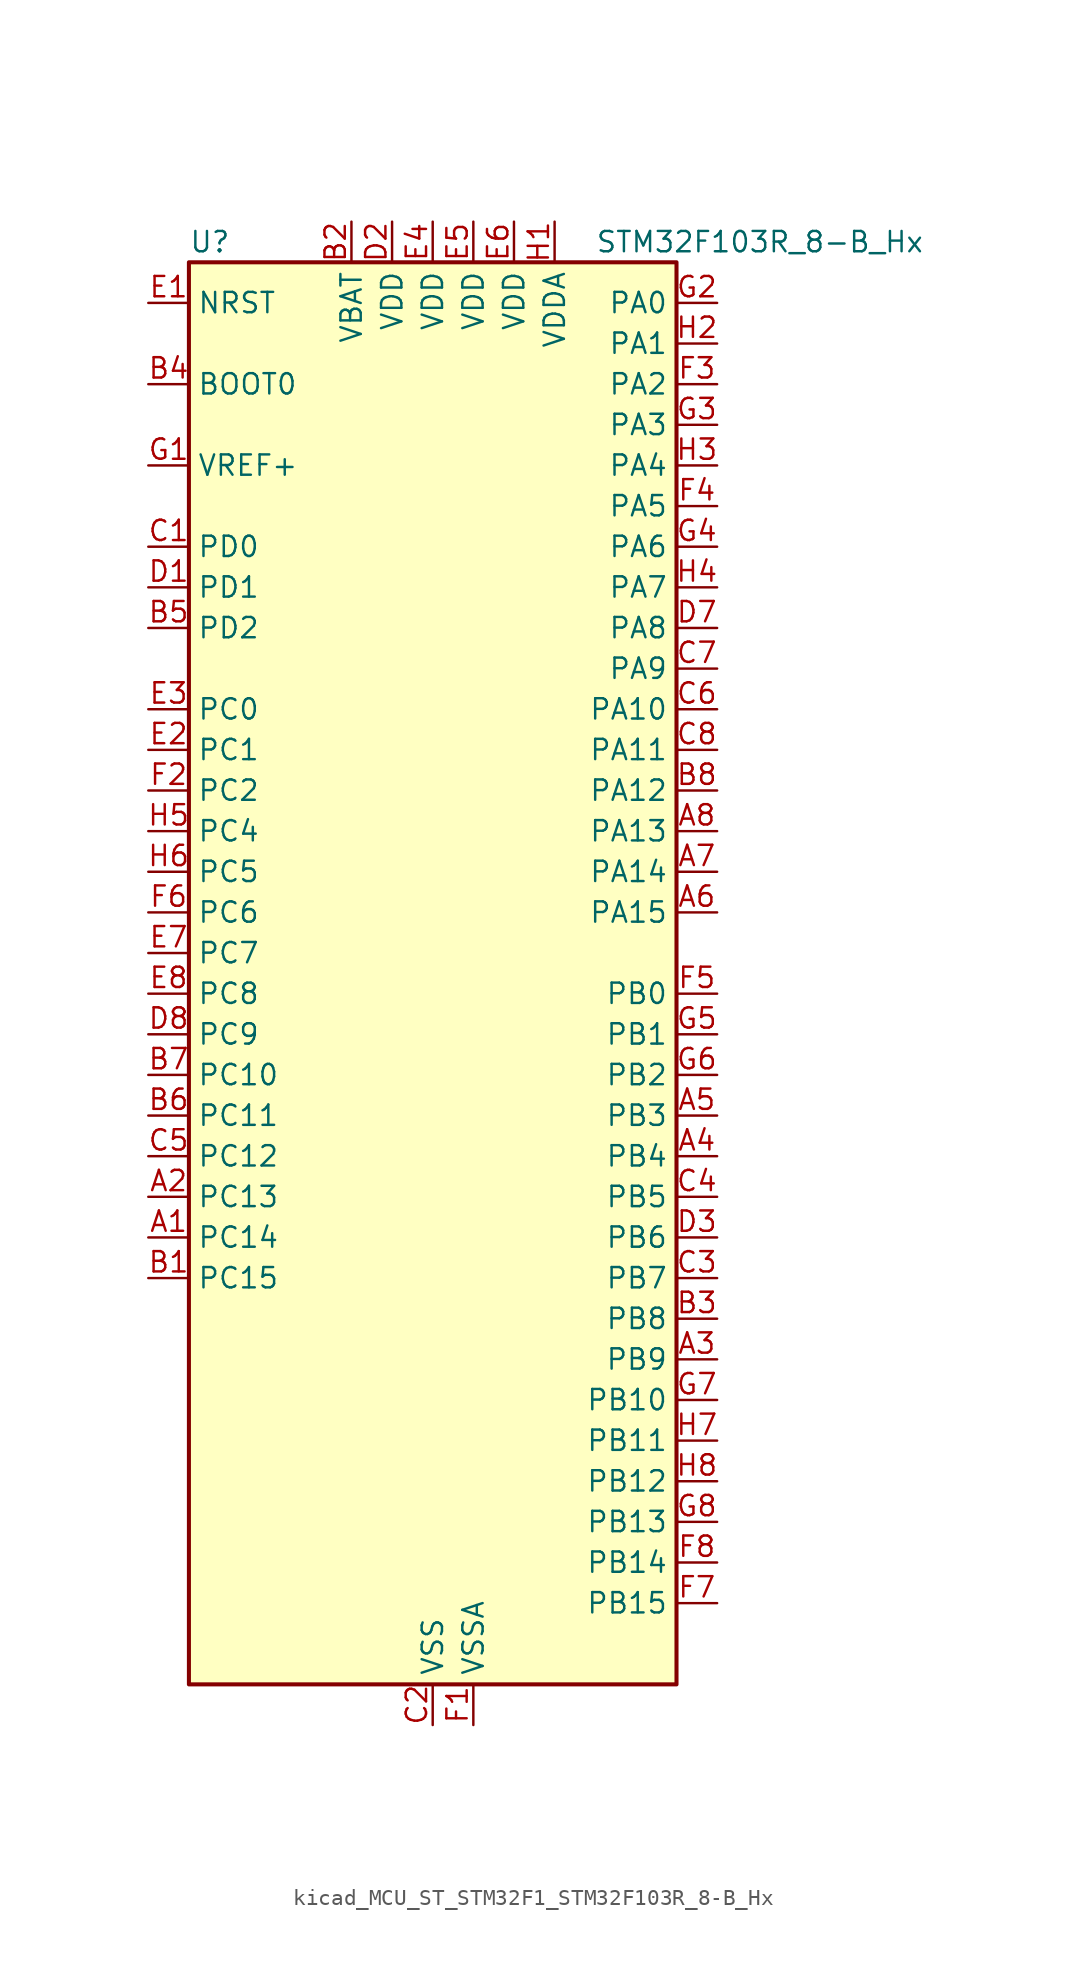
<source format=kicad_sym>
(kicad_symbol_lib
  (version 20220914)
  (generator kicad_symbol_editor)
  (symbol "kicad_MCU_ST_STM32F1_STM32F103R_8-B_Hx"
    (property "Reference" "U"
      (at -15.24 46.99 0)
      (effects (font (size 1.27 1.27)) (justify left)))
    (property "Value" "STM32F103R_8-B_Hx"
      (at 10.16 46.99 0)
      (effects (font (size 1.27 1.27)) (justify left)))
    (property "ki_locked" ""
      (at 0 0 0)
      (effects (font (size 1.27 1.27))))
    (symbol "kicad_MCU_ST_STM32F1_STM32F103R_8-B_Hx_0_1"
      (rectangle (start -15.24 -43.18) (end 15.24 45.72) (stroke (width 0.254) (type default)) (fill (type background))))
    (symbol "kicad_MCU_ST_STM32F1_STM32F103R_8-B_Hx_1_1"
      (pin bidirectional line (at -17.78 -15.24 0) (length 2.54) (name "PC14" (effects (font (size 1.27 1.27)))) (number "A1" (effects (font (size 1.27 1.27)))) (alternate "RCC_OSC32_IN" bidirectional line))
      (pin bidirectional line (at -17.78 -12.7 0) (length 2.54) (name "PC13" (effects (font (size 1.27 1.27)))) (number "A2" (effects (font (size 1.27 1.27)))) (alternate "RTC_OUT" bidirectional line) (alternate "RTC_TAMPER" bidirectional line))
      (pin bidirectional line (at 17.78 -22.86 180) (length 2.54) (name "PB9" (effects (font (size 1.27 1.27)))) (number "A3" (effects (font (size 1.27 1.27)))) (alternate "CAN_TX" bidirectional line) (alternate "I2C1_SDA" bidirectional line) (alternate "TIM4_CH4" bidirectional line))
      (pin bidirectional line (at 17.78 -10.16 180) (length 2.54) (name "PB4" (effects (font (size 1.27 1.27)))) (number "A4" (effects (font (size 1.27 1.27)))) (alternate "SPI1_MISO" bidirectional line) (alternate "SYS_NJTRST" bidirectional line) (alternate "TIM3_CH1" bidirectional line))
      (pin bidirectional line (at 17.78 -7.62 180) (length 2.54) (name "PB3" (effects (font (size 1.27 1.27)))) (number "A5" (effects (font (size 1.27 1.27)))) (alternate "SPI1_SCK" bidirectional line) (alternate "SYS_JTDO-TRACESWO" bidirectional line) (alternate "TIM2_CH2" bidirectional line))
      (pin bidirectional line (at 17.78 5.08 180) (length 2.54) (name "PA15" (effects (font (size 1.27 1.27)))) (number "A6" (effects (font (size 1.27 1.27)))) (alternate "ADC1_EXTI15" bidirectional line) (alternate "ADC2_EXTI15" bidirectional line) (alternate "SPI1_NSS" bidirectional line) (alternate "SYS_JTDI" bidirectional line) (alternate "TIM2_CH1" bidirectional line) (alternate "TIM2_ETR" bidirectional line))
      (pin bidirectional line (at 17.78 7.62 180) (length 2.54) (name "PA14" (effects (font (size 1.27 1.27)))) (number "A7" (effects (font (size 1.27 1.27)))) (alternate "SYS_JTCK-SWCLK" bidirectional line))
      (pin bidirectional line (at 17.78 10.16 180) (length 2.54) (name "PA13" (effects (font (size 1.27 1.27)))) (number "A8" (effects (font (size 1.27 1.27)))) (alternate "SYS_JTMS-SWDIO" bidirectional line))
      (pin bidirectional line (at -17.78 -17.78 0) (length 2.54) (name "PC15" (effects (font (size 1.27 1.27)))) (number "B1" (effects (font (size 1.27 1.27)))) (alternate "ADC1_EXTI15" bidirectional line) (alternate "ADC2_EXTI15" bidirectional line) (alternate "RCC_OSC32_OUT" bidirectional line))
      (pin power_in line (at -5.08 48.26 270) (length 2.54) (name "VBAT" (effects (font (size 1.27 1.27)))) (number "B2" (effects (font (size 1.27 1.27)))))
      (pin bidirectional line (at 17.78 -20.32 180) (length 2.54) (name "PB8" (effects (font (size 1.27 1.27)))) (number "B3" (effects (font (size 1.27 1.27)))) (alternate "CAN_RX" bidirectional line) (alternate "I2C1_SCL" bidirectional line) (alternate "TIM4_CH3" bidirectional line))
      (pin input line (at -17.78 38.1 0) (length 2.54) (name "BOOT0" (effects (font (size 1.27 1.27)))) (number "B4" (effects (font (size 1.27 1.27)))))
      (pin bidirectional line (at -17.78 22.86 0) (length 2.54) (name "PD2" (effects (font (size 1.27 1.27)))) (number "B5" (effects (font (size 1.27 1.27)))) (alternate "TIM3_ETR" bidirectional line))
      (pin bidirectional line (at -17.78 -7.62 0) (length 2.54) (name "PC11" (effects (font (size 1.27 1.27)))) (number "B6" (effects (font (size 1.27 1.27)))) (alternate "ADC1_EXTI11" bidirectional line) (alternate "ADC2_EXTI11" bidirectional line) (alternate "USART3_RX" bidirectional line))
      (pin bidirectional line (at -17.78 -5.08 0) (length 2.54) (name "PC10" (effects (font (size 1.27 1.27)))) (number "B7" (effects (font (size 1.27 1.27)))) (alternate "USART3_TX" bidirectional line))
      (pin bidirectional line (at 17.78 12.7 180) (length 2.54) (name "PA12" (effects (font (size 1.27 1.27)))) (number "B8" (effects (font (size 1.27 1.27)))) (alternate "CAN_TX" bidirectional line) (alternate "TIM1_ETR" bidirectional line) (alternate "USART1_RTS" bidirectional line) (alternate "USB_DP" bidirectional line))
      (pin bidirectional line (at -17.78 27.94 0) (length 2.54) (name "PD0" (effects (font (size 1.27 1.27)))) (number "C1" (effects (font (size 1.27 1.27)))) (alternate "RCC_OSC_IN" bidirectional line))
      (pin power_in line (at 0 -45.72 90) (length 2.54) (name "VSS" (effects (font (size 1.27 1.27)))) (number "C2" (effects (font (size 1.27 1.27)))))
      (pin bidirectional line (at 17.78 -17.78 180) (length 2.54) (name "PB7" (effects (font (size 1.27 1.27)))) (number "C3" (effects (font (size 1.27 1.27)))) (alternate "I2C1_SDA" bidirectional line) (alternate "TIM4_CH2" bidirectional line) (alternate "USART1_RX" bidirectional line))
      (pin bidirectional line (at 17.78 -12.7 180) (length 2.54) (name "PB5" (effects (font (size 1.27 1.27)))) (number "C4" (effects (font (size 1.27 1.27)))) (alternate "I2C1_SMBA" bidirectional line) (alternate "SPI1_MOSI" bidirectional line) (alternate "TIM3_CH2" bidirectional line))
      (pin bidirectional line (at -17.78 -10.16 0) (length 2.54) (name "PC12" (effects (font (size 1.27 1.27)))) (number "C5" (effects (font (size 1.27 1.27)))) (alternate "USART3_CK" bidirectional line))
      (pin bidirectional line (at 17.78 17.78 180) (length 2.54) (name "PA10" (effects (font (size 1.27 1.27)))) (number "C6" (effects (font (size 1.27 1.27)))) (alternate "TIM1_CH3" bidirectional line) (alternate "USART1_RX" bidirectional line))
      (pin bidirectional line (at 17.78 20.32 180) (length 2.54) (name "PA9" (effects (font (size 1.27 1.27)))) (number "C7" (effects (font (size 1.27 1.27)))) (alternate "TIM1_CH2" bidirectional line) (alternate "USART1_TX" bidirectional line))
      (pin bidirectional line (at 17.78 15.24 180) (length 2.54) (name "PA11" (effects (font (size 1.27 1.27)))) (number "C8" (effects (font (size 1.27 1.27)))) (alternate "ADC1_EXTI11" bidirectional line) (alternate "ADC2_EXTI11" bidirectional line) (alternate "CAN_RX" bidirectional line) (alternate "TIM1_CH4" bidirectional line) (alternate "USART1_CTS" bidirectional line) (alternate "USB_DM" bidirectional line))
      (pin bidirectional line (at -17.78 25.4 0) (length 2.54) (name "PD1" (effects (font (size 1.27 1.27)))) (number "D1" (effects (font (size 1.27 1.27)))) (alternate "RCC_OSC_OUT" bidirectional line))
      (pin power_in line (at -2.54 48.26 270) (length 2.54) (name "VDD" (effects (font (size 1.27 1.27)))) (number "D2" (effects (font (size 1.27 1.27)))))
      (pin bidirectional line (at 17.78 -15.24 180) (length 2.54) (name "PB6" (effects (font (size 1.27 1.27)))) (number "D3" (effects (font (size 1.27 1.27)))) (alternate "I2C1_SCL" bidirectional line) (alternate "TIM4_CH1" bidirectional line) (alternate "USART1_TX" bidirectional line))
      (pin passive line (at 0 -45.72 90) (length 2.54) hide (name "VSS" (effects (font (size 1.27 1.27)))) (number "D4" (effects (font (size 1.27 1.27)))))
      (pin passive line (at 0 -45.72 90) (length 2.54) hide (name "VSS" (effects (font (size 1.27 1.27)))) (number "D5" (effects (font (size 1.27 1.27)))))
      (pin passive line (at 0 -45.72 90) (length 2.54) hide (name "VSS" (effects (font (size 1.27 1.27)))) (number "D6" (effects (font (size 1.27 1.27)))))
      (pin bidirectional line (at 17.78 22.86 180) (length 2.54) (name "PA8" (effects (font (size 1.27 1.27)))) (number "D7" (effects (font (size 1.27 1.27)))) (alternate "RCC_MCO" bidirectional line) (alternate "TIM1_CH1" bidirectional line) (alternate "USART1_CK" bidirectional line))
      (pin bidirectional line (at -17.78 -2.54 0) (length 2.54) (name "PC9" (effects (font (size 1.27 1.27)))) (number "D8" (effects (font (size 1.27 1.27)))) (alternate "TIM3_CH4" bidirectional line))
      (pin input line (at -17.78 43.18 0) (length 2.54) (name "NRST" (effects (font (size 1.27 1.27)))) (number "E1" (effects (font (size 1.27 1.27)))))
      (pin bidirectional line (at -17.78 15.24 0) (length 2.54) (name "PC1" (effects (font (size 1.27 1.27)))) (number "E2" (effects (font (size 1.27 1.27)))) (alternate "ADC1_IN11" bidirectional line) (alternate "ADC2_IN11" bidirectional line))
      (pin bidirectional line (at -17.78 17.78 0) (length 2.54) (name "PC0" (effects (font (size 1.27 1.27)))) (number "E3" (effects (font (size 1.27 1.27)))) (alternate "ADC1_IN10" bidirectional line) (alternate "ADC2_IN10" bidirectional line))
      (pin power_in line (at 0 48.26 270) (length 2.54) (name "VDD" (effects (font (size 1.27 1.27)))) (number "E4" (effects (font (size 1.27 1.27)))))
      (pin power_in line (at 2.54 48.26 270) (length 2.54) (name "VDD" (effects (font (size 1.27 1.27)))) (number "E5" (effects (font (size 1.27 1.27)))))
      (pin power_in line (at 5.08 48.26 270) (length 2.54) (name "VDD" (effects (font (size 1.27 1.27)))) (number "E6" (effects (font (size 1.27 1.27)))))
      (pin bidirectional line (at -17.78 2.54 0) (length 2.54) (name "PC7" (effects (font (size 1.27 1.27)))) (number "E7" (effects (font (size 1.27 1.27)))) (alternate "TIM3_CH2" bidirectional line))
      (pin bidirectional line (at -17.78 0 0) (length 2.54) (name "PC8" (effects (font (size 1.27 1.27)))) (number "E8" (effects (font (size 1.27 1.27)))) (alternate "TIM3_CH3" bidirectional line))
      (pin power_in line (at 2.54 -45.72 90) (length 2.54) (name "VSSA" (effects (font (size 1.27 1.27)))) (number "F1" (effects (font (size 1.27 1.27)))))
      (pin bidirectional line (at -17.78 12.7 0) (length 2.54) (name "PC2" (effects (font (size 1.27 1.27)))) (number "F2" (effects (font (size 1.27 1.27)))) (alternate "ADC1_IN12" bidirectional line) (alternate "ADC2_IN12" bidirectional line))
      (pin bidirectional line (at 17.78 38.1 180) (length 2.54) (name "PA2" (effects (font (size 1.27 1.27)))) (number "F3" (effects (font (size 1.27 1.27)))) (alternate "ADC1_IN2" bidirectional line) (alternate "ADC2_IN2" bidirectional line) (alternate "TIM2_CH3" bidirectional line) (alternate "USART2_TX" bidirectional line))
      (pin bidirectional line (at 17.78 30.48 180) (length 2.54) (name "PA5" (effects (font (size 1.27 1.27)))) (number "F4" (effects (font (size 1.27 1.27)))) (alternate "ADC1_IN5" bidirectional line) (alternate "ADC2_IN5" bidirectional line) (alternate "SPI1_SCK" bidirectional line))
      (pin bidirectional line (at 17.78 0 180) (length 2.54) (name "PB0" (effects (font (size 1.27 1.27)))) (number "F5" (effects (font (size 1.27 1.27)))) (alternate "ADC1_IN8" bidirectional line) (alternate "ADC2_IN8" bidirectional line) (alternate "TIM1_CH2N" bidirectional line) (alternate "TIM3_CH3" bidirectional line))
      (pin bidirectional line (at -17.78 5.08 0) (length 2.54) (name "PC6" (effects (font (size 1.27 1.27)))) (number "F6" (effects (font (size 1.27 1.27)))) (alternate "TIM3_CH1" bidirectional line))
      (pin bidirectional line (at 17.78 -38.1 180) (length 2.54) (name "PB15" (effects (font (size 1.27 1.27)))) (number "F7" (effects (font (size 1.27 1.27)))) (alternate "ADC1_EXTI15" bidirectional line) (alternate "ADC2_EXTI15" bidirectional line) (alternate "SPI2_MOSI" bidirectional line) (alternate "TIM1_CH3N" bidirectional line))
      (pin bidirectional line (at 17.78 -35.56 180) (length 2.54) (name "PB14" (effects (font (size 1.27 1.27)))) (number "F8" (effects (font (size 1.27 1.27)))) (alternate "SPI2_MISO" bidirectional line) (alternate "TIM1_CH2N" bidirectional line) (alternate "USART3_RTS" bidirectional line))
      (pin input line (at -17.78 33.02 0) (length 2.54) (name "VREF+" (effects (font (size 1.27 1.27)))) (number "G1" (effects (font (size 1.27 1.27)))))
      (pin bidirectional line (at 17.78 43.18 180) (length 2.54) (name "PA0" (effects (font (size 1.27 1.27)))) (number "G2" (effects (font (size 1.27 1.27)))) (alternate "ADC1_IN0" bidirectional line) (alternate "ADC2_IN0" bidirectional line) (alternate "SYS_WKUP" bidirectional line) (alternate "TIM2_CH1" bidirectional line) (alternate "TIM2_ETR" bidirectional line) (alternate "USART2_CTS" bidirectional line))
      (pin bidirectional line (at 17.78 35.56 180) (length 2.54) (name "PA3" (effects (font (size 1.27 1.27)))) (number "G3" (effects (font (size 1.27 1.27)))) (alternate "ADC1_IN3" bidirectional line) (alternate "ADC2_IN3" bidirectional line) (alternate "TIM2_CH4" bidirectional line) (alternate "USART2_RX" bidirectional line))
      (pin bidirectional line (at 17.78 27.94 180) (length 2.54) (name "PA6" (effects (font (size 1.27 1.27)))) (number "G4" (effects (font (size 1.27 1.27)))) (alternate "ADC1_IN6" bidirectional line) (alternate "ADC2_IN6" bidirectional line) (alternate "SPI1_MISO" bidirectional line) (alternate "TIM1_BKIN" bidirectional line) (alternate "TIM3_CH1" bidirectional line))
      (pin bidirectional line (at 17.78 -2.54 180) (length 2.54) (name "PB1" (effects (font (size 1.27 1.27)))) (number "G5" (effects (font (size 1.27 1.27)))) (alternate "ADC1_IN9" bidirectional line) (alternate "ADC2_IN9" bidirectional line) (alternate "TIM1_CH3N" bidirectional line) (alternate "TIM3_CH4" bidirectional line))
      (pin bidirectional line (at 17.78 -5.08 180) (length 2.54) (name "PB2" (effects (font (size 1.27 1.27)))) (number "G6" (effects (font (size 1.27 1.27)))))
      (pin bidirectional line (at 17.78 -25.4 180) (length 2.54) (name "PB10" (effects (font (size 1.27 1.27)))) (number "G7" (effects (font (size 1.27 1.27)))) (alternate "I2C2_SCL" bidirectional line) (alternate "TIM2_CH3" bidirectional line) (alternate "USART3_TX" bidirectional line))
      (pin bidirectional line (at 17.78 -33.02 180) (length 2.54) (name "PB13" (effects (font (size 1.27 1.27)))) (number "G8" (effects (font (size 1.27 1.27)))) (alternate "SPI2_SCK" bidirectional line) (alternate "TIM1_CH1N" bidirectional line) (alternate "USART3_CTS" bidirectional line))
      (pin power_in line (at 7.62 48.26 270) (length 2.54) (name "VDDA" (effects (font (size 1.27 1.27)))) (number "H1" (effects (font (size 1.27 1.27)))))
      (pin bidirectional line (at 17.78 40.64 180) (length 2.54) (name "PA1" (effects (font (size 1.27 1.27)))) (number "H2" (effects (font (size 1.27 1.27)))) (alternate "ADC1_IN1" bidirectional line) (alternate "ADC2_IN1" bidirectional line) (alternate "TIM2_CH2" bidirectional line) (alternate "USART2_RTS" bidirectional line))
      (pin bidirectional line (at 17.78 33.02 180) (length 2.54) (name "PA4" (effects (font (size 1.27 1.27)))) (number "H3" (effects (font (size 1.27 1.27)))) (alternate "ADC1_IN4" bidirectional line) (alternate "ADC2_IN4" bidirectional line) (alternate "SPI1_NSS" bidirectional line) (alternate "USART2_CK" bidirectional line))
      (pin bidirectional line (at 17.78 25.4 180) (length 2.54) (name "PA7" (effects (font (size 1.27 1.27)))) (number "H4" (effects (font (size 1.27 1.27)))) (alternate "ADC1_IN7" bidirectional line) (alternate "ADC2_IN7" bidirectional line) (alternate "SPI1_MOSI" bidirectional line) (alternate "TIM1_CH1N" bidirectional line) (alternate "TIM3_CH2" bidirectional line))
      (pin bidirectional line (at -17.78 10.16 0) (length 2.54) (name "PC4" (effects (font (size 1.27 1.27)))) (number "H5" (effects (font (size 1.27 1.27)))) (alternate "ADC1_IN14" bidirectional line) (alternate "ADC2_IN14" bidirectional line))
      (pin bidirectional line (at -17.78 7.62 0) (length 2.54) (name "PC5" (effects (font (size 1.27 1.27)))) (number "H6" (effects (font (size 1.27 1.27)))) (alternate "ADC1_IN15" bidirectional line) (alternate "ADC2_IN15" bidirectional line))
      (pin bidirectional line (at 17.78 -27.94 180) (length 2.54) (name "PB11" (effects (font (size 1.27 1.27)))) (number "H7" (effects (font (size 1.27 1.27)))) (alternate "ADC1_EXTI11" bidirectional line) (alternate "ADC2_EXTI11" bidirectional line) (alternate "I2C2_SDA" bidirectional line) (alternate "TIM2_CH4" bidirectional line) (alternate "USART3_RX" bidirectional line))
      (pin bidirectional line (at 17.78 -30.48 180) (length 2.54) (name "PB12" (effects (font (size 1.27 1.27)))) (number "H8" (effects (font (size 1.27 1.27)))) (alternate "I2C2_SMBA" bidirectional line) (alternate "SPI2_NSS" bidirectional line) (alternate "TIM1_BKIN" bidirectional line) (alternate "USART3_CK" bidirectional line)))))
</source>
